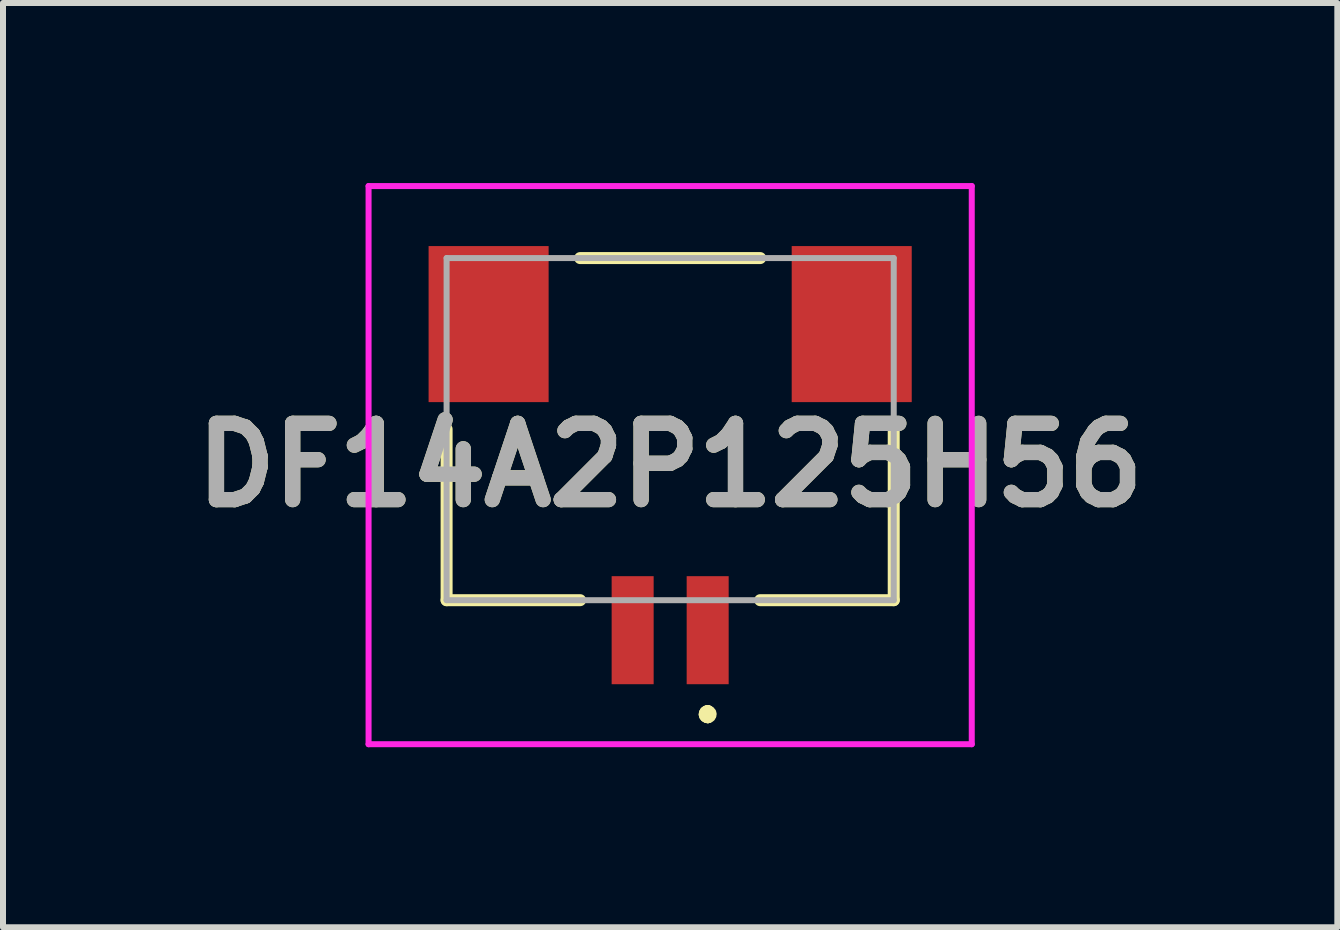
<source format=kicad_pcb>
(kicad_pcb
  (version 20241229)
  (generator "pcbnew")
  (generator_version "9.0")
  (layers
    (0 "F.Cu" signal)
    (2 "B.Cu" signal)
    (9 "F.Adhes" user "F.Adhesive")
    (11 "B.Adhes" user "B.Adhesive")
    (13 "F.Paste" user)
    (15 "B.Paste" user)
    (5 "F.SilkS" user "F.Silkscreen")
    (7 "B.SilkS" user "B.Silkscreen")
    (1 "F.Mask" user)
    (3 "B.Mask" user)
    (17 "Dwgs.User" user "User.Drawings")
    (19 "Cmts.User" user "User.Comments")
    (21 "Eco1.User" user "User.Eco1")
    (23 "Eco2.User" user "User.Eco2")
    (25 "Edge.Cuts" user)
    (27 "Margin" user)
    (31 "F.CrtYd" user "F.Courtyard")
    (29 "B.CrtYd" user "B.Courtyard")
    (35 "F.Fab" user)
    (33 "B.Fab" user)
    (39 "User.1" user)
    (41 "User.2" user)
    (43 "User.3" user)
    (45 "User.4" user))
  (footprint "DF14A2P125H56"
    (layer "F.Cu")
    (at 8.116 4.1)
    (property "Reference" "DF14A2P125H56" (at 0 0.6 0) (layer "F.SilkS") (effects (font (size 1.27 1.27) (thickness 0.254))))
    (attr smd)
    (fp_line (start -3.725 0) (end -3.725 2.85) (stroke (width 0.2) (type solid)) (layer "F.SilkS"))
    (fp_line (start -3.725 2.85) (end -1.5 2.85) (stroke (width 0.2) (type solid)) (layer "F.SilkS"))
    (fp_line (start -1.5 -2.85) (end 1.5 -2.85) (stroke (width 0.2) (type solid)) (layer "F.SilkS"))
    (fp_line (start 0.625 4.7) (end 0.625 4.7) (stroke (width 0.2) (type solid)) (layer "F.SilkS"))
    (fp_line (start 0.625 4.7) (end 0.625 4.7) (stroke (width 0.2) (type solid)) (layer "F.SilkS"))
    (fp_line (start 0.625 4.8) (end 0.625 4.8) (stroke (width 0.2) (type solid)) (layer "F.SilkS"))
    (fp_line (start 1.5 2.85) (end 3.725 2.85) (stroke (width 0.2) (type solid)) (layer "F.SilkS"))
    (fp_line (start 3.725 2.85) (end 3.725 0) (stroke (width 0.2) (type solid)) (layer "F.SilkS"))
    (fp_arc (start 0.625 4.7) (mid 0.675 4.75) (end 0.625 4.8) (stroke (width 0.2) (type solid)) (layer "F.SilkS"))
    (fp_arc (start 0.625 4.8) (mid 0.575 4.75) (end 0.625 4.7) (stroke (width 0.2) (type solid)) (layer "F.SilkS"))
    (fp_arc (start 0.625 4.8) (mid 0.575 4.75) (end 0.625 4.7) (stroke (width 0.2) (type solid)) (layer "F.SilkS"))
    (fp_line (start -5.025 -4.05) (end 5.025 -4.05) (stroke (width 0.1) (type solid)) (layer "F.CrtYd"))
    (fp_line (start -5.025 5.25) (end -5.025 -4.05) (stroke (width 0.1) (type solid)) (layer "F.CrtYd"))
    (fp_line (start 5.025 -4.05) (end 5.025 5.25) (stroke (width 0.1) (type solid)) (layer "F.CrtYd"))
    (fp_line (start 5.025 5.25) (end -5.025 5.25) (stroke (width 0.1) (type solid)) (layer "F.CrtYd"))
    (fp_line (start -3.725 -2.85) (end -3.725 2.85) (stroke (width 0.1) (type solid)) (layer "F.Fab"))
    (fp_line (start -3.725 2.85) (end 3.725 2.85) (stroke (width 0.1) (type solid)) (layer "F.Fab"))
    (fp_line (start 3.725 -2.85) (end -3.725 -2.85) (stroke (width 0.1) (type solid)) (layer "F.Fab"))
    (fp_line (start 3.725 2.85) (end 3.725 -2.85) (stroke (width 0.1) (type solid)) (layer "F.Fab"))
    (fp_text user "${REFERENCE}" (at 0 0.6 0) (layer "F.Fab") (effects (font (size 1.27 1.27) (thickness 0.254))))
    (pad "1" smd rect (at 0.625 3.35) (size 0.7 1.8) (layers "F.Cu" "F.Mask" "F.Paste"))
    (pad "2" smd rect (at -0.625 3.35) (size 0.7 1.8) (layers "F.Cu" "F.Mask" "F.Paste"))
    (pad "MP1" smd rect (at 3.025 -1.75) (size 2 2.6) (layers "F.Cu" "F.Mask" "F.Paste"))
    (pad "MP2" smd rect (at -3.025 -1.75) (size 2 2.6) (layers "F.Cu" "F.Mask" "F.Paste")))
  (gr_rect
    (start -3 -3)
    (end 19.232 12.4)
    (stroke (width 0.1) (type default))
    (fill no)
    (layer "Edge.Cuts")))
</source>
